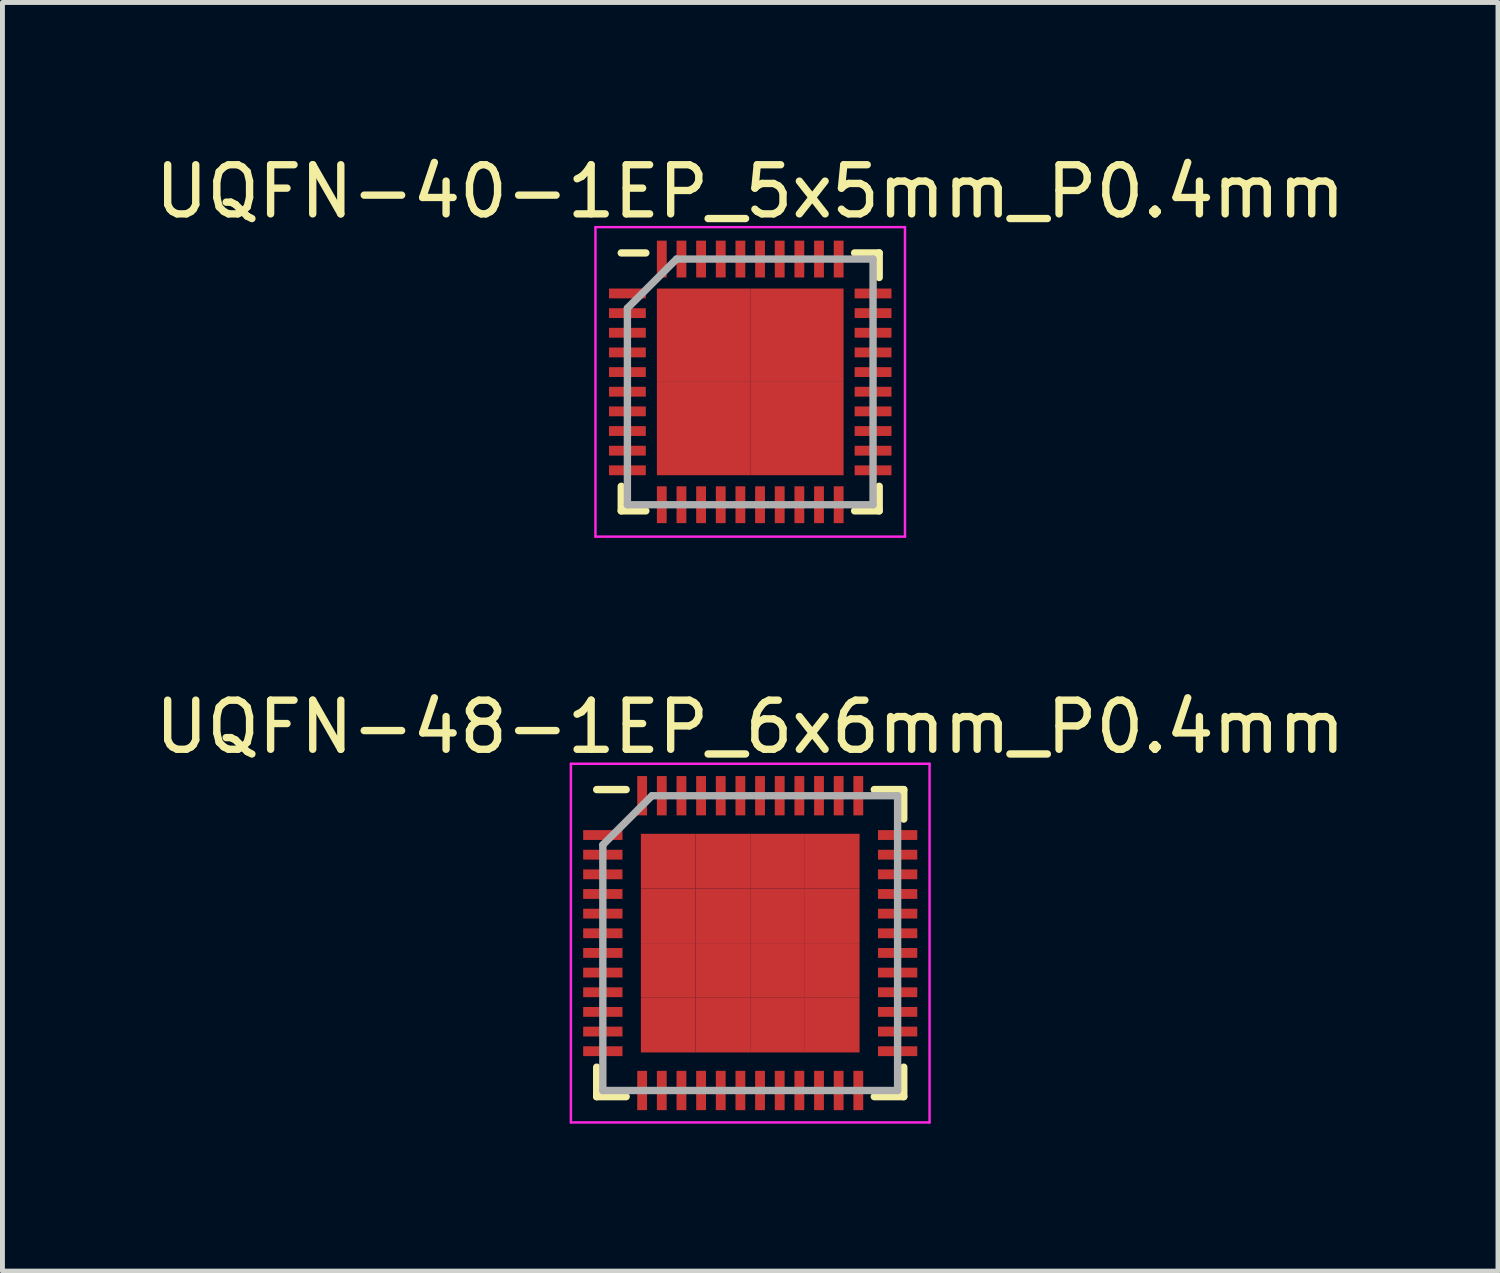
<source format=kicad_pcb>
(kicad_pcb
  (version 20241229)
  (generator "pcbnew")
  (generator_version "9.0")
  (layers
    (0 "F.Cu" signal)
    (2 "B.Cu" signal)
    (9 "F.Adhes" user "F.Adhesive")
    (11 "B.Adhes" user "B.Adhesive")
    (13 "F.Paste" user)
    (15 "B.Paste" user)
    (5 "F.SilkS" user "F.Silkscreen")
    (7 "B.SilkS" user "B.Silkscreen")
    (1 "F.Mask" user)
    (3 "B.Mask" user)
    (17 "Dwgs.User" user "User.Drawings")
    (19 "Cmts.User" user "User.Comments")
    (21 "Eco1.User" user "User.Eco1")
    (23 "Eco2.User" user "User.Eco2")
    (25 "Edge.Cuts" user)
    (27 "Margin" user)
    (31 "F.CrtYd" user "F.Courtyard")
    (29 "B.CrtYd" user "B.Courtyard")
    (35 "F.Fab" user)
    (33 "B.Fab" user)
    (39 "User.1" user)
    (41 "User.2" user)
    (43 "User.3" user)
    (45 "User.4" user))
  (footprint "UQFN-48-1EP_6x6mm_P0.4mm"
    (layer "F.Cu")
    (at 12.22 16.146)
    (property "Reference" "UQFN-48-1EP_6x6mm_P0.4mm" (at 0 -4.4 0) (layer "F.SilkS") (effects (font (size 1 1) (thickness 0.15))))
    (attr smd)
    (fp_line (start -3.125 -3.125) (end -2.525 -3.125) (stroke (width 0.15) (type solid)) (layer "F.SilkS"))
    (fp_line (start -3.125 3.125) (end -3.125 2.525) (stroke (width 0.15) (type solid)) (layer "F.SilkS"))
    (fp_line (start -3.125 3.125) (end -2.525 3.125) (stroke (width 0.15) (type solid)) (layer "F.SilkS"))
    (fp_line (start 3.125 -3.125) (end 2.525 -3.125) (stroke (width 0.15) (type solid)) (layer "F.SilkS"))
    (fp_line (start 3.125 -3.125) (end 3.125 -2.525) (stroke (width 0.15) (type solid)) (layer "F.SilkS"))
    (fp_line (start 3.125 3.125) (end 2.525 3.125) (stroke (width 0.15) (type solid)) (layer "F.SilkS"))
    (fp_line (start 3.125 3.125) (end 3.125 2.525) (stroke (width 0.15) (type solid)) (layer "F.SilkS"))
    (fp_line (start -3.65 -3.65) (end -3.65 3.65) (stroke (width 0.05) (type solid)) (layer "F.CrtYd"))
    (fp_line (start -3.65 -3.65) (end 3.65 -3.65) (stroke (width 0.05) (type solid)) (layer "F.CrtYd"))
    (fp_line (start -3.65 3.65) (end 3.65 3.65) (stroke (width 0.05) (type solid)) (layer "F.CrtYd"))
    (fp_line (start 3.65 -3.65) (end 3.65 3.65) (stroke (width 0.05) (type solid)) (layer "F.CrtYd"))
    (fp_line (start -3 -2) (end -2 -3) (stroke (width 0.15) (type solid)) (layer "F.Fab"))
    (fp_line (start -3 3) (end -3 -2) (stroke (width 0.15) (type solid)) (layer "F.Fab"))
    (fp_line (start -2 -3) (end 3 -3) (stroke (width 0.15) (type solid)) (layer "F.Fab"))
    (fp_line (start 3 -3) (end 3 3) (stroke (width 0.15) (type solid)) (layer "F.Fab"))
    (fp_line (start 3 3) (end -3 3) (stroke (width 0.15) (type solid)) (layer "F.Fab"))
    (pad "1" smd rect (at -3 -2.2) (size 0.8 0.2) (layers "F.Cu" "F.Mask" "F.Paste"))
    (pad "2" smd rect (at -3 -1.8) (size 0.8 0.2) (layers "F.Cu" "F.Mask" "F.Paste"))
    (pad "3" smd rect (at -3 -1.4) (size 0.8 0.2) (layers "F.Cu" "F.Mask" "F.Paste"))
    (pad "4" smd rect (at -3 -1) (size 0.8 0.2) (layers "F.Cu" "F.Mask" "F.Paste"))
    (pad "5" smd rect (at -3 -0.6) (size 0.8 0.2) (layers "F.Cu" "F.Mask" "F.Paste"))
    (pad "6" smd rect (at -3 -0.2) (size 0.8 0.2) (layers "F.Cu" "F.Mask" "F.Paste"))
    (pad "7" smd rect (at -3 0.2) (size 0.8 0.2) (layers "F.Cu" "F.Mask" "F.Paste"))
    (pad "8" smd rect (at -3 0.6) (size 0.8 0.2) (layers "F.Cu" "F.Mask" "F.Paste"))
    (pad "9" smd rect (at -3 1) (size 0.8 0.2) (layers "F.Cu" "F.Mask" "F.Paste"))
    (pad "10" smd rect (at -3 1.4) (size 0.8 0.2) (layers "F.Cu" "F.Mask" "F.Paste"))
    (pad "11" smd rect (at -3 1.8) (size 0.8 0.2) (layers "F.Cu" "F.Mask" "F.Paste"))
    (pad "12" smd rect (at -3 2.2) (size 0.8 0.2) (layers "F.Cu" "F.Mask" "F.Paste"))
    (pad "13" smd rect (at -2.2 3 90) (size 0.8 0.2) (layers "F.Cu" "F.Mask" "F.Paste"))
    (pad "14" smd rect (at -1.8 3 90) (size 0.8 0.2) (layers "F.Cu" "F.Mask" "F.Paste"))
    (pad "15" smd rect (at -1.4 3 90) (size 0.8 0.2) (layers "F.Cu" "F.Mask" "F.Paste"))
    (pad "16" smd rect (at -1 3 90) (size 0.8 0.2) (layers "F.Cu" "F.Mask" "F.Paste"))
    (pad "17" smd rect (at -0.6 3 90) (size 0.8 0.2) (layers "F.Cu" "F.Mask" "F.Paste"))
    (pad "18" smd rect (at -0.2 3 90) (size 0.8 0.2) (layers "F.Cu" "F.Mask" "F.Paste"))
    (pad "19" smd rect (at 0.2 3 90) (size 0.8 0.2) (layers "F.Cu" "F.Mask" "F.Paste"))
    (pad "20" smd rect (at 0.6 3 90) (size 0.8 0.2) (layers "F.Cu" "F.Mask" "F.Paste"))
    (pad "21" smd rect (at 1 3 90) (size 0.8 0.2) (layers "F.Cu" "F.Mask" "F.Paste"))
    (pad "22" smd rect (at 1.4 3 90) (size 0.8 0.2) (layers "F.Cu" "F.Mask" "F.Paste"))
    (pad "23" smd rect (at 1.8 3 90) (size 0.8 0.2) (layers "F.Cu" "F.Mask" "F.Paste"))
    (pad "24" smd rect (at 2.2 3 90) (size 0.8 0.2) (layers "F.Cu" "F.Mask" "F.Paste"))
    (pad "25" smd rect (at 3 2.2) (size 0.8 0.2) (layers "F.Cu" "F.Mask" "F.Paste"))
    (pad "26" smd rect (at 3 1.8) (size 0.8 0.2) (layers "F.Cu" "F.Mask" "F.Paste"))
    (pad "27" smd rect (at 3 1.4) (size 0.8 0.2) (layers "F.Cu" "F.Mask" "F.Paste"))
    (pad "28" smd rect (at 3 1) (size 0.8 0.2) (layers "F.Cu" "F.Mask" "F.Paste"))
    (pad "29" smd rect (at 3 0.6) (size 0.8 0.2) (layers "F.Cu" "F.Mask" "F.Paste"))
    (pad "30" smd rect (at 3 0.2) (size 0.8 0.2) (layers "F.Cu" "F.Mask" "F.Paste"))
    (pad "31" smd rect (at 3 -0.2) (size 0.8 0.2) (layers "F.Cu" "F.Mask" "F.Paste"))
    (pad "32" smd rect (at 3 -0.6) (size 0.8 0.2) (layers "F.Cu" "F.Mask" "F.Paste"))
    (pad "33" smd rect (at 3 -1) (size 0.8 0.2) (layers "F.Cu" "F.Mask" "F.Paste"))
    (pad "34" smd rect (at 3 -1.4) (size 0.8 0.2) (layers "F.Cu" "F.Mask" "F.Paste"))
    (pad "35" smd rect (at 3 -1.8) (size 0.8 0.2) (layers "F.Cu" "F.Mask" "F.Paste"))
    (pad "36" smd rect (at 3 -2.2) (size 0.8 0.2) (layers "F.Cu" "F.Mask" "F.Paste"))
    (pad "37" smd rect (at 2.2 -3 90) (size 0.8 0.2) (layers "F.Cu" "F.Mask" "F.Paste"))
    (pad "38" smd rect (at 1.8 -3 90) (size 0.8 0.2) (layers "F.Cu" "F.Mask" "F.Paste"))
    (pad "39" smd rect (at 1.4 -3 90) (size 0.8 0.2) (layers "F.Cu" "F.Mask" "F.Paste"))
    (pad "40" smd rect (at 1 -3 90) (size 0.8 0.2) (layers "F.Cu" "F.Mask" "F.Paste"))
    (pad "41" smd rect (at 0.6 -3 90) (size 0.8 0.2) (layers "F.Cu" "F.Mask" "F.Paste"))
    (pad "42" smd rect (at 0.2 -3 90) (size 0.8 0.2) (layers "F.Cu" "F.Mask" "F.Paste"))
    (pad "43" smd rect (at -0.2 -3 90) (size 0.8 0.2) (layers "F.Cu" "F.Mask" "F.Paste"))
    (pad "44" smd rect (at -0.6 -3 90) (size 0.8 0.2) (layers "F.Cu" "F.Mask" "F.Paste"))
    (pad "45" smd rect (at -1 -3 90) (size 0.8 0.2) (layers "F.Cu" "F.Mask" "F.Paste"))
    (pad "46" smd rect (at -1.4 -3 90) (size 0.8 0.2) (layers "F.Cu" "F.Mask" "F.Paste"))
    (pad "47" smd rect (at -1.8 -3 90) (size 0.8 0.2) (layers "F.Cu" "F.Mask" "F.Paste"))
    (pad "48" smd rect (at -2.2 -3 90) (size 0.8 0.2) (layers "F.Cu" "F.Mask" "F.Paste"))
    (pad "49" smd rect (at -1.669 -1.669) (size 1.113 1.113) (layers "F.Cu" "F.Mask" "F.Paste"))
    (pad "49" smd rect (at -1.669 -0.556) (size 1.113 1.113) (layers "F.Cu" "F.Mask" "F.Paste"))
    (pad "49" smd rect (at -1.669 0.556) (size 1.113 1.113) (layers "F.Cu" "F.Mask" "F.Paste"))
    (pad "49" smd rect (at -1.669 1.669) (size 1.113 1.113) (layers "F.Cu" "F.Mask" "F.Paste"))
    (pad "49" smd rect (at -0.556 -1.669) (size 1.113 1.113) (layers "F.Cu" "F.Mask" "F.Paste"))
    (pad "49" smd rect (at -0.556 -0.556) (size 1.113 1.113) (layers "F.Cu" "F.Mask" "F.Paste"))
    (pad "49" smd rect (at -0.556 0.556) (size 1.113 1.113) (layers "F.Cu" "F.Mask" "F.Paste"))
    (pad "49" smd rect (at -0.556 1.669) (size 1.113 1.113) (layers "F.Cu" "F.Mask" "F.Paste"))
    (pad "49" smd rect (at 0.556 -1.669) (size 1.113 1.113) (layers "F.Cu" "F.Mask" "F.Paste"))
    (pad "49" smd rect (at 0.556 -0.556) (size 1.113 1.113) (layers "F.Cu" "F.Mask" "F.Paste"))
    (pad "49" smd rect (at 0.556 0.556) (size 1.113 1.113) (layers "F.Cu" "F.Mask" "F.Paste"))
    (pad "49" smd rect (at 0.556 1.669) (size 1.113 1.113) (layers "F.Cu" "F.Mask" "F.Paste"))
    (pad "49" smd rect (at 1.669 -1.669) (size 1.113 1.113) (layers "F.Cu" "F.Mask" "F.Paste"))
    (pad "49" smd rect (at 1.669 -0.556) (size 1.113 1.113) (layers "F.Cu" "F.Mask" "F.Paste"))
    (pad "49" smd rect (at 1.669 0.556) (size 1.113 1.113) (layers "F.Cu" "F.Mask" "F.Paste"))
    (pad "49" smd rect (at 1.669 1.669) (size 1.113 1.113) (layers "F.Cu" "F.Mask" "F.Paste")))
  (footprint "UQFN-40-1EP_5x5mm_P0.4mm"
    (layer "F.Cu")
    (at 12.22 4.723)
    (property "Reference" "UQFN-40-1EP_5x5mm_P0.4mm" (at 0 -3.875 0) (layer "F.SilkS") (effects (font (size 1 1) (thickness 0.15))))
    (attr smd)
    (fp_line (start -2.625 -2.625) (end -2.125 -2.625) (stroke (width 0.15) (type solid)) (layer "F.SilkS"))
    (fp_line (start -2.625 2.625) (end -2.625 2.125) (stroke (width 0.15) (type solid)) (layer "F.SilkS"))
    (fp_line (start -2.625 2.625) (end -2.125 2.625) (stroke (width 0.15) (type solid)) (layer "F.SilkS"))
    (fp_line (start 2.625 -2.625) (end 2.125 -2.625) (stroke (width 0.15) (type solid)) (layer "F.SilkS"))
    (fp_line (start 2.625 -2.625) (end 2.625 -2.125) (stroke (width 0.15) (type solid)) (layer "F.SilkS"))
    (fp_line (start 2.625 2.625) (end 2.125 2.625) (stroke (width 0.15) (type solid)) (layer "F.SilkS"))
    (fp_line (start 2.625 2.625) (end 2.625 2.125) (stroke (width 0.15) (type solid)) (layer "F.SilkS"))
    (fp_line (start -3.15 -3.15) (end -3.15 3.15) (stroke (width 0.05) (type solid)) (layer "F.CrtYd"))
    (fp_line (start -3.15 -3.15) (end 3.15 -3.15) (stroke (width 0.05) (type solid)) (layer "F.CrtYd"))
    (fp_line (start -3.15 3.15) (end 3.15 3.15) (stroke (width 0.05) (type solid)) (layer "F.CrtYd"))
    (fp_line (start 3.15 -3.15) (end 3.15 3.15) (stroke (width 0.05) (type solid)) (layer "F.CrtYd"))
    (fp_line (start -2.5 -1.5) (end -1.5 -2.5) (stroke (width 0.15) (type solid)) (layer "F.Fab"))
    (fp_line (start -2.5 2.5) (end -2.5 -1.5) (stroke (width 0.15) (type solid)) (layer "F.Fab"))
    (fp_line (start -1.5 -2.5) (end 2.5 -2.5) (stroke (width 0.15) (type solid)) (layer "F.Fab"))
    (fp_line (start 2.5 -2.5) (end 2.5 2.5) (stroke (width 0.15) (type solid)) (layer "F.Fab"))
    (fp_line (start 2.5 2.5) (end -2.5 2.5) (stroke (width 0.15) (type solid)) (layer "F.Fab"))
    (pad "1" smd rect (at -2.5 -1.8) (size 0.75 0.2) (layers "F.Cu" "F.Mask" "F.Paste"))
    (pad "2" smd rect (at -2.5 -1.4) (size 0.75 0.2) (layers "F.Cu" "F.Mask" "F.Paste"))
    (pad "3" smd rect (at -2.5 -1) (size 0.75 0.2) (layers "F.Cu" "F.Mask" "F.Paste"))
    (pad "4" smd rect (at -2.5 -0.6) (size 0.75 0.2) (layers "F.Cu" "F.Mask" "F.Paste"))
    (pad "5" smd rect (at -2.5 -0.2) (size 0.75 0.2) (layers "F.Cu" "F.Mask" "F.Paste"))
    (pad "6" smd rect (at -2.5 0.2) (size 0.75 0.2) (layers "F.Cu" "F.Mask" "F.Paste"))
    (pad "7" smd rect (at -2.5 0.6) (size 0.75 0.2) (layers "F.Cu" "F.Mask" "F.Paste"))
    (pad "8" smd rect (at -2.5 1) (size 0.75 0.2) (layers "F.Cu" "F.Mask" "F.Paste"))
    (pad "9" smd rect (at -2.5 1.4) (size 0.75 0.2) (layers "F.Cu" "F.Mask" "F.Paste"))
    (pad "10" smd rect (at -2.5 1.8) (size 0.75 0.2) (layers "F.Cu" "F.Mask" "F.Paste"))
    (pad "11" smd rect (at -1.8 2.5 90) (size 0.75 0.2) (layers "F.Cu" "F.Mask" "F.Paste"))
    (pad "12" smd rect (at -1.4 2.5 90) (size 0.75 0.2) (layers "F.Cu" "F.Mask" "F.Paste"))
    (pad "13" smd rect (at -1 2.5 90) (size 0.75 0.2) (layers "F.Cu" "F.Mask" "F.Paste"))
    (pad "14" smd rect (at -0.6 2.5 90) (size 0.75 0.2) (layers "F.Cu" "F.Mask" "F.Paste"))
    (pad "15" smd rect (at -0.2 2.5 90) (size 0.75 0.2) (layers "F.Cu" "F.Mask" "F.Paste"))
    (pad "16" smd rect (at 0.2 2.5 90) (size 0.75 0.2) (layers "F.Cu" "F.Mask" "F.Paste"))
    (pad "17" smd rect (at 0.6 2.5 90) (size 0.75 0.2) (layers "F.Cu" "F.Mask" "F.Paste"))
    (pad "18" smd rect (at 1 2.5 90) (size 0.75 0.2) (layers "F.Cu" "F.Mask" "F.Paste"))
    (pad "19" smd rect (at 1.4 2.5 90) (size 0.75 0.2) (layers "F.Cu" "F.Mask" "F.Paste"))
    (pad "20" smd rect (at 1.8 2.5 90) (size 0.75 0.2) (layers "F.Cu" "F.Mask" "F.Paste"))
    (pad "21" smd rect (at 2.5 1.8) (size 0.75 0.2) (layers "F.Cu" "F.Mask" "F.Paste"))
    (pad "22" smd rect (at 2.5 1.4) (size 0.75 0.2) (layers "F.Cu" "F.Mask" "F.Paste"))
    (pad "23" smd rect (at 2.5 1) (size 0.75 0.2) (layers "F.Cu" "F.Mask" "F.Paste"))
    (pad "24" smd rect (at 2.5 0.6) (size 0.75 0.2) (layers "F.Cu" "F.Mask" "F.Paste"))
    (pad "25" smd rect (at 2.5 0.2) (size 0.75 0.2) (layers "F.Cu" "F.Mask" "F.Paste"))
    (pad "26" smd rect (at 2.5 -0.2) (size 0.75 0.2) (layers "F.Cu" "F.Mask" "F.Paste"))
    (pad "27" smd rect (at 2.5 -0.6) (size 0.75 0.2) (layers "F.Cu" "F.Mask" "F.Paste"))
    (pad "28" smd rect (at 2.5 -1) (size 0.75 0.2) (layers "F.Cu" "F.Mask" "F.Paste"))
    (pad "29" smd rect (at 2.5 -1.4) (size 0.75 0.2) (layers "F.Cu" "F.Mask" "F.Paste"))
    (pad "30" smd rect (at 2.5 -1.8) (size 0.75 0.2) (layers "F.Cu" "F.Mask" "F.Paste"))
    (pad "31" smd rect (at 1.8 -2.5 90) (size 0.75 0.2) (layers "F.Cu" "F.Mask" "F.Paste"))
    (pad "32" smd rect (at 1.4 -2.5 90) (size 0.75 0.2) (layers "F.Cu" "F.Mask" "F.Paste"))
    (pad "33" smd rect (at 1 -2.5 90) (size 0.75 0.2) (layers "F.Cu" "F.Mask" "F.Paste"))
    (pad "34" smd rect (at 0.6 -2.5 90) (size 0.75 0.2) (layers "F.Cu" "F.Mask" "F.Paste"))
    (pad "35" smd rect (at 0.2 -2.5 90) (size 0.75 0.2) (layers "F.Cu" "F.Mask" "F.Paste"))
    (pad "36" smd rect (at -0.2 -2.5 90) (size 0.75 0.2) (layers "F.Cu" "F.Mask" "F.Paste"))
    (pad "37" smd rect (at -0.6 -2.5 90) (size 0.75 0.2) (layers "F.Cu" "F.Mask" "F.Paste"))
    (pad "38" smd rect (at -1 -2.5 90) (size 0.75 0.2) (layers "F.Cu" "F.Mask" "F.Paste"))
    (pad "39" smd rect (at -1.4 -2.5 90) (size 0.75 0.2) (layers "F.Cu" "F.Mask" "F.Paste"))
    (pad "40" smd rect (at -1.8 -2.5 90) (size 0.75 0.2) (layers "F.Cu" "F.Mask" "F.Paste"))
    (pad "41" smd rect (at -0.95 -0.95) (size 1.9 1.9) (layers "F.Cu" "F.Mask" "F.Paste"))
    (pad "41" smd rect (at -0.95 0.95) (size 1.9 1.9) (layers "F.Cu" "F.Mask" "F.Paste"))
    (pad "41" smd rect (at 0.95 -0.95) (size 1.9 1.9) (layers "F.Cu" "F.Mask" "F.Paste"))
    (pad "41" smd rect (at 0.95 0.95) (size 1.9 1.9) (layers "F.Cu" "F.Mask" "F.Paste")))
  (gr_rect
    (start -3 -3)
    (end 27.44 22.822)
    (stroke (width 0.1) (type default))
    (fill no)
    (layer "Edge.Cuts")))
</source>
